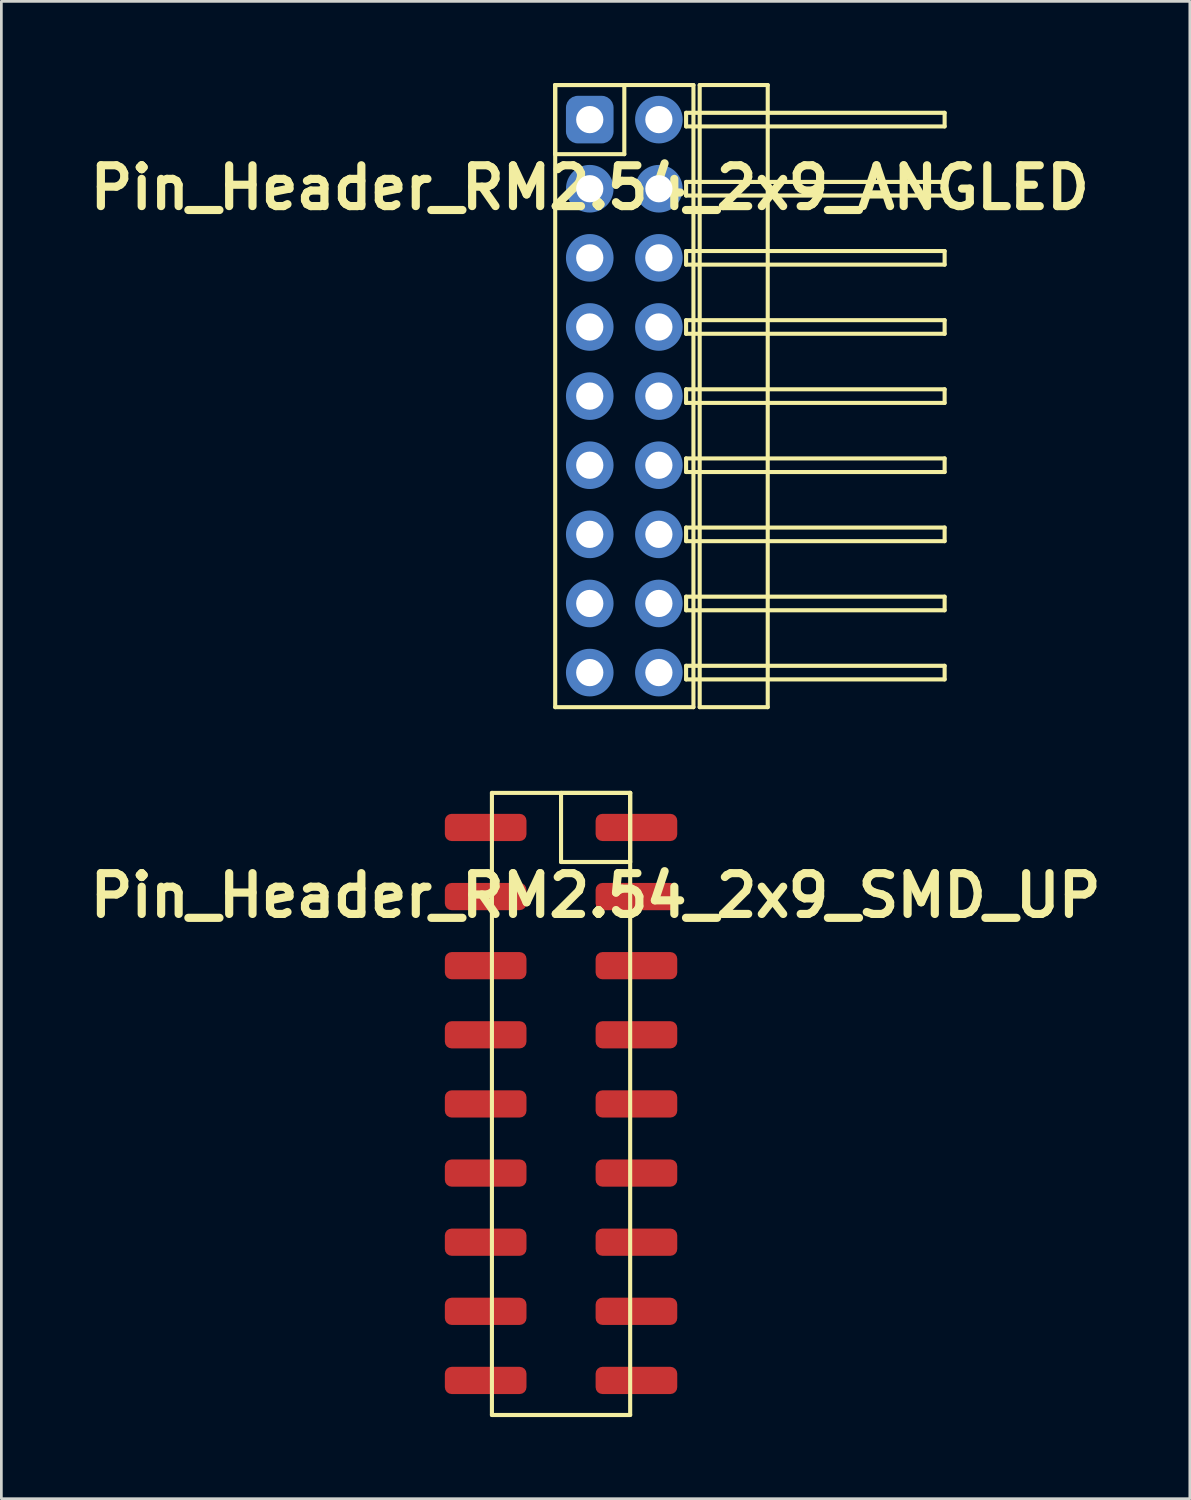
<source format=kicad_pcb>
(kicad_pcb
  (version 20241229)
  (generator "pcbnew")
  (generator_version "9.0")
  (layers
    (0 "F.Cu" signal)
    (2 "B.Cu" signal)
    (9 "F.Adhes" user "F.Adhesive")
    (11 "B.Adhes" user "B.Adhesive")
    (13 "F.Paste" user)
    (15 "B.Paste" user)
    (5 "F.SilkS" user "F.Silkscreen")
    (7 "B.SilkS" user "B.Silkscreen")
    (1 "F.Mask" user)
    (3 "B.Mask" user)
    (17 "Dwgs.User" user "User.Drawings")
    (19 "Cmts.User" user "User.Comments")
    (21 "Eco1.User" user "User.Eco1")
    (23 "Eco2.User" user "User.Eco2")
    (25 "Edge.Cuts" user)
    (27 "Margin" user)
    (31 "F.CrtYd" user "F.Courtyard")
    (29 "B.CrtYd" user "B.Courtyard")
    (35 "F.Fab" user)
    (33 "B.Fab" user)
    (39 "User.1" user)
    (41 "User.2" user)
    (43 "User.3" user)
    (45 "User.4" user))
  (footprint "Pin_Header_RM2.54_2x9_SMD_UP"
    (layer "F.Cu")
    (at 18.836 27.355)
    (property "Reference" "Pin_Header_RM2.54_2x9_SMD_UP" (at 0 2.5 0) (layer "F.SilkS") (effects (font (size 1.5 1.5) (thickness 0.3))))
    (attr through_hole)
    (fp_line (start -3.81 -1.27) (end 1.27 -1.27) (stroke (width 0.15) (type solid)) (layer "F.SilkS"))
    (fp_line (start -3.81 21.59) (end -3.81 -1.27) (stroke (width 0.15) (type solid)) (layer "F.SilkS"))
    (fp_line (start -1.27 -1.27) (end 1.27 -1.27) (stroke (width 0.15) (type solid)) (layer "F.SilkS"))
    (fp_line (start -1.27 1.27) (end -1.27 -1.27) (stroke (width 0.15) (type solid)) (layer "F.SilkS"))
    (fp_line (start 1.27 -1.27) (end 1.27 1.27) (stroke (width 0.15) (type solid)) (layer "F.SilkS"))
    (fp_line (start 1.27 -1.27) (end 1.27 21.59) (stroke (width 0.15) (type solid)) (layer "F.SilkS"))
    (fp_line (start 1.27 1.27) (end -1.27 1.27) (stroke (width 0.15) (type solid)) (layer "F.SilkS"))
    (fp_line (start 1.27 21.59) (end -3.81 21.59) (stroke (width 0.15) (type solid)) (layer "F.SilkS"))
    (pad "1" smd roundrect (at 1.5 0) (size 3 1) (layers "F.Cu" "F.Mask") (roundrect_rratio 0.25))
    (pad "2" smd roundrect (at -4.04 0) (size 3 1) (layers "F.Cu" "F.Mask") (roundrect_rratio 0.25))
    (pad "3" smd roundrect (at 1.5 2.54) (size 3 1) (layers "F.Cu" "F.Mask") (roundrect_rratio 0.25))
    (pad "4" smd roundrect (at -4.04 2.54) (size 3 1) (layers "F.Cu" "F.Mask") (roundrect_rratio 0.25))
    (pad "5" smd roundrect (at 1.5 5.08) (size 3 1) (layers "F.Cu" "F.Mask") (roundrect_rratio 0.25))
    (pad "6" smd roundrect (at -4.04 5.08) (size 3 1) (layers "F.Cu" "F.Mask") (roundrect_rratio 0.25))
    (pad "7" smd roundrect (at 1.5 7.62) (size 3 1) (layers "F.Cu" "F.Mask") (roundrect_rratio 0.25))
    (pad "8" smd roundrect (at -4.04 7.62) (size 3 1) (layers "F.Cu" "F.Mask") (roundrect_rratio 0.25))
    (pad "9" smd roundrect (at 1.5 10.16) (size 3 1) (layers "F.Cu" "F.Mask") (roundrect_rratio 0.25))
    (pad "10" smd roundrect (at -4.04 10.16) (size 3 1) (layers "F.Cu" "F.Mask") (roundrect_rratio 0.25))
    (pad "11" smd roundrect (at 1.5 12.7) (size 3 1) (layers "F.Cu" "F.Mask") (roundrect_rratio 0.25))
    (pad "12" smd roundrect (at -4.04 12.7) (size 3 1) (layers "F.Cu" "F.Mask") (roundrect_rratio 0.25))
    (pad "13" smd roundrect (at 1.5 15.24) (size 3 1) (layers "F.Cu" "F.Mask") (roundrect_rratio 0.25))
    (pad "14" smd roundrect (at -4.04 15.24) (size 3 1) (layers "F.Cu" "F.Mask") (roundrect_rratio 0.25))
    (pad "15" smd roundrect (at 1.5 17.78) (size 3 1) (layers "F.Cu" "F.Mask") (roundrect_rratio 0.25))
    (pad "16" smd roundrect (at -4.04 17.78) (size 3 1) (layers "F.Cu" "F.Mask") (roundrect_rratio 0.25))
    (pad "17" smd roundrect (at 1.5 20.32) (size 3 1) (layers "F.Cu" "F.Mask") (roundrect_rratio 0.25))
    (pad "18" smd roundrect (at -4.04 20.32) (size 3 1) (layers "F.Cu" "F.Mask") (roundrect_rratio 0.25)))
  (footprint "Pin_Header_RM2.54_2x9_ANGLED"
    (layer "F.Cu")
    (at 18.621 1.345)
    (property "Reference" "Pin_Header_RM2.54_2x9_ANGLED" (at 0 2.5 0) (layer "F.SilkS") (effects (font (size 1.5 1.5) (thickness 0.3))))
    (attr through_hole)
    (fp_line (start -1.27 -1.27) (end 1.27 -1.27) (stroke (width 0.15) (type solid)) (layer "F.SilkS"))
    (fp_line (start -1.27 -1.27) (end 3.81 -1.27) (stroke (width 0.15) (type solid)) (layer "F.SilkS"))
    (fp_line (start -1.27 1.27) (end -1.27 -1.27) (stroke (width 0.15) (type solid)) (layer "F.SilkS"))
    (fp_line (start -1.27 21.59) (end -1.27 -1.27) (stroke (width 0.15) (type solid)) (layer "F.SilkS"))
    (fp_line (start 1.27 -1.27) (end 1.27 1.27) (stroke (width 0.15) (type solid)) (layer "F.SilkS"))
    (fp_line (start 1.27 1.27) (end -1.27 1.27) (stroke (width 0.15) (type solid)) (layer "F.SilkS"))
    (fp_line (start 3.54 -0.25) (end 13.04 -0.25) (stroke (width 0.15) (type solid)) (layer "F.SilkS"))
    (fp_line (start 3.54 0.25) (end 3.54 -0.25) (stroke (width 0.15) (type solid)) (layer "F.SilkS"))
    (fp_line (start 3.54 2.29) (end 13.04 2.29) (stroke (width 0.15) (type solid)) (layer "F.SilkS"))
    (fp_line (start 3.54 2.79) (end 3.54 2.29) (stroke (width 0.15) (type solid)) (layer "F.SilkS"))
    (fp_line (start 3.54 4.83) (end 13.04 4.83) (stroke (width 0.15) (type solid)) (layer "F.SilkS"))
    (fp_line (start 3.54 5.33) (end 3.54 4.83) (stroke (width 0.15) (type solid)) (layer "F.SilkS"))
    (fp_line (start 3.54 7.37) (end 13.04 7.37) (stroke (width 0.15) (type solid)) (layer "F.SilkS"))
    (fp_line (start 3.54 7.87) (end 3.54 7.37) (stroke (width 0.15) (type solid)) (layer "F.SilkS"))
    (fp_line (start 3.54 9.91) (end 13.04 9.91) (stroke (width 0.15) (type solid)) (layer "F.SilkS"))
    (fp_line (start 3.54 10.41) (end 3.54 9.91) (stroke (width 0.15) (type solid)) (layer "F.SilkS"))
    (fp_line (start 3.54 12.45) (end 13.04 12.45) (stroke (width 0.15) (type solid)) (layer "F.SilkS"))
    (fp_line (start 3.54 12.95) (end 3.54 12.45) (stroke (width 0.15) (type solid)) (layer "F.SilkS"))
    (fp_line (start 3.54 14.99) (end 13.04 14.99) (stroke (width 0.15) (type solid)) (layer "F.SilkS"))
    (fp_line (start 3.54 15.49) (end 3.54 14.99) (stroke (width 0.15) (type solid)) (layer "F.SilkS"))
    (fp_line (start 3.54 17.53) (end 13.04 17.53) (stroke (width 0.15) (type solid)) (layer "F.SilkS"))
    (fp_line (start 3.54 18.03) (end 3.54 17.53) (stroke (width 0.15) (type solid)) (layer "F.SilkS"))
    (fp_line (start 3.54 20.07) (end 13.04 20.07) (stroke (width 0.15) (type solid)) (layer "F.SilkS"))
    (fp_line (start 3.54 20.57) (end 3.54 20.07) (stroke (width 0.15) (type solid)) (layer "F.SilkS"))
    (fp_line (start 3.81 -1.27) (end 3.81 21.59) (stroke (width 0.15) (type solid)) (layer "F.SilkS"))
    (fp_line (start 3.81 21.59) (end -1.27 21.59) (stroke (width 0.15) (type solid)) (layer "F.SilkS"))
    (fp_line (start 4.04 -1.27) (end 6.54 -1.27) (stroke (width 0.15) (type solid)) (layer "F.SilkS"))
    (fp_line (start 4.04 21.59) (end 4.04 -1.27) (stroke (width 0.15) (type solid)) (layer "F.SilkS"))
    (fp_line (start 6.54 -1.27) (end 6.54 21.59) (stroke (width 0.15) (type solid)) (layer "F.SilkS"))
    (fp_line (start 6.54 21.59) (end 4.04 21.59) (stroke (width 0.15) (type solid)) (layer "F.SilkS"))
    (fp_line (start 13.04 -0.25) (end 13.04 0.25) (stroke (width 0.15) (type solid)) (layer "F.SilkS"))
    (fp_line (start 13.04 0.25) (end 3.54 0.25) (stroke (width 0.15) (type solid)) (layer "F.SilkS"))
    (fp_line (start 13.04 2.29) (end 13.04 2.79) (stroke (width 0.15) (type solid)) (layer "F.SilkS"))
    (fp_line (start 13.04 2.79) (end 3.54 2.79) (stroke (width 0.15) (type solid)) (layer "F.SilkS"))
    (fp_line (start 13.04 4.83) (end 13.04 5.33) (stroke (width 0.15) (type solid)) (layer "F.SilkS"))
    (fp_line (start 13.04 5.33) (end 3.54 5.33) (stroke (width 0.15) (type solid)) (layer "F.SilkS"))
    (fp_line (start 13.04 7.37) (end 13.04 7.87) (stroke (width 0.15) (type solid)) (layer "F.SilkS"))
    (fp_line (start 13.04 7.87) (end 3.54 7.87) (stroke (width 0.15) (type solid)) (layer "F.SilkS"))
    (fp_line (start 13.04 9.91) (end 13.04 10.41) (stroke (width 0.15) (type solid)) (layer "F.SilkS"))
    (fp_line (start 13.04 10.41) (end 3.54 10.41) (stroke (width 0.15) (type solid)) (layer "F.SilkS"))
    (fp_line (start 13.04 12.45) (end 13.04 12.95) (stroke (width 0.15) (type solid)) (layer "F.SilkS"))
    (fp_line (start 13.04 12.95) (end 3.54 12.95) (stroke (width 0.15) (type solid)) (layer "F.SilkS"))
    (fp_line (start 13.04 14.99) (end 13.04 15.49) (stroke (width 0.15) (type solid)) (layer "F.SilkS"))
    (fp_line (start 13.04 15.49) (end 3.54 15.49) (stroke (width 0.15) (type solid)) (layer "F.SilkS"))
    (fp_line (start 13.04 17.53) (end 13.04 18.03) (stroke (width 0.15) (type solid)) (layer "F.SilkS"))
    (fp_line (start 13.04 18.03) (end 3.54 18.03) (stroke (width 0.15) (type solid)) (layer "F.SilkS"))
    (fp_line (start 13.04 20.07) (end 13.04 20.57) (stroke (width 0.15) (type solid)) (layer "F.SilkS"))
    (fp_line (start 13.04 20.57) (end 3.54 20.57) (stroke (width 0.15) (type solid)) (layer "F.SilkS"))
    (pad "1" thru_hole circle (at 0 0) (size 1.3 1.3) (drill 1) (layers "*.Cu" "*.Mask"))
    (pad "1" smd roundrect (at 0 0) (size 1.5 1.5) (layers "F.Cu" "F.Mask") (roundrect_rratio 0.25))
    (pad "1" smd roundrect (at 0 0) (size 1.75 1.75) (layers "B.Cu" "B.Mask") (roundrect_rratio 0.25))
    (pad "2" thru_hole circle (at 2.54 0) (size 1.3 1.3) (drill 1) (layers "*.Cu" "*.Mask"))
    (pad "2" smd circle (at 2.54 0) (size 1.5 1.5) (layers "F.Cu" "F.Mask"))
    (pad "2" smd circle (at 2.54 0) (size 1.75 1.75) (layers "B.Cu" "B.Mask"))
    (pad "3" thru_hole circle (at 0 2.54) (size 1.3 1.3) (drill 1) (layers "*.Cu" "*.Mask"))
    (pad "3" smd circle (at 0 2.54) (size 1.5 1.5) (layers "F.Cu" "F.Mask"))
    (pad "3" smd circle (at 0 2.54) (size 1.75 1.75) (layers "B.Cu" "B.Mask"))
    (pad "4" thru_hole circle (at 2.54 2.54) (size 1.3 1.3) (drill 1) (layers "*.Cu" "*.Mask"))
    (pad "4" smd circle (at 2.54 2.54) (size 1.5 1.5) (layers "F.Cu" "F.Mask"))
    (pad "4" smd circle (at 2.54 2.54) (size 1.75 1.75) (layers "B.Cu" "B.Mask"))
    (pad "5" thru_hole circle (at 0 5.08) (size 1.3 1.3) (drill 1) (layers "*.Cu" "*.Mask"))
    (pad "5" smd circle (at 0 5.08) (size 1.5 1.5) (layers "F.Cu" "F.Mask"))
    (pad "5" smd circle (at 0 5.08) (size 1.75 1.75) (layers "B.Cu" "B.Mask"))
    (pad "6" thru_hole circle (at 2.54 5.08) (size 1.3 1.3) (drill 1) (layers "*.Cu" "*.Mask"))
    (pad "6" smd circle (at 2.54 5.08) (size 1.5 1.5) (layers "F.Cu" "F.Mask"))
    (pad "6" smd circle (at 2.54 5.08) (size 1.75 1.75) (layers "B.Cu" "B.Mask"))
    (pad "7" thru_hole circle (at 0 7.62) (size 1.3 1.3) (drill 1) (layers "*.Cu" "*.Mask"))
    (pad "7" smd circle (at 0 7.62) (size 1.5 1.5) (layers "F.Cu" "F.Mask"))
    (pad "7" smd circle (at 0 7.62) (size 1.75 1.75) (layers "B.Cu" "B.Mask"))
    (pad "8" thru_hole circle (at 2.54 7.62) (size 1.3 1.3) (drill 1) (layers "*.Cu" "*.Mask"))
    (pad "8" smd circle (at 2.54 7.62) (size 1.5 1.5) (layers "F.Cu" "F.Mask"))
    (pad "8" smd circle (at 2.54 7.62) (size 1.75 1.75) (layers "B.Cu" "B.Mask"))
    (pad "9" thru_hole circle (at 0 10.16) (size 1.3 1.3) (drill 1) (layers "*.Cu" "*.Mask"))
    (pad "9" smd circle (at 0 10.16) (size 1.5 1.5) (layers "F.Cu" "F.Mask"))
    (pad "9" smd circle (at 0 10.16) (size 1.75 1.75) (layers "B.Cu" "B.Mask"))
    (pad "10" thru_hole circle (at 2.54 10.16) (size 1.3 1.3) (drill 1) (layers "*.Cu" "*.Mask"))
    (pad "10" smd circle (at 2.54 10.16) (size 1.5 1.5) (layers "F.Cu" "F.Mask"))
    (pad "10" smd circle (at 2.54 10.16) (size 1.75 1.75) (layers "B.Cu" "B.Mask"))
    (pad "11" thru_hole circle (at 0 12.7) (size 1.3 1.3) (drill 1) (layers "*.Cu" "*.Mask"))
    (pad "11" smd circle (at 0 12.7) (size 1.5 1.5) (layers "F.Cu" "F.Mask"))
    (pad "11" smd circle (at 0 12.7) (size 1.75 1.75) (layers "B.Cu" "B.Mask"))
    (pad "12" thru_hole circle (at 2.54 12.7) (size 1.3 1.3) (drill 1) (layers "*.Cu" "*.Mask"))
    (pad "12" smd circle (at 2.54 12.7) (size 1.5 1.5) (layers "F.Cu" "F.Mask"))
    (pad "12" smd circle (at 2.54 12.7) (size 1.75 1.75) (layers "B.Cu" "B.Mask"))
    (pad "13" thru_hole circle (at 0 15.24) (size 1.3 1.3) (drill 1) (layers "*.Cu" "*.Mask"))
    (pad "13" smd circle (at 0 15.24) (size 1.5 1.5) (layers "F.Cu" "F.Mask"))
    (pad "13" smd circle (at 0 15.24) (size 1.75 1.75) (layers "B.Cu" "B.Mask"))
    (pad "14" thru_hole circle (at 2.54 15.24) (size 1.3 1.3) (drill 1) (layers "*.Cu" "*.Mask"))
    (pad "14" smd circle (at 2.54 15.24) (size 1.5 1.5) (layers "F.Cu" "F.Mask"))
    (pad "14" smd circle (at 2.54 15.24) (size 1.75 1.75) (layers "B.Cu" "B.Mask"))
    (pad "15" thru_hole circle (at 0 17.78) (size 1.3 1.3) (drill 1) (layers "*.Cu" "*.Mask"))
    (pad "15" smd circle (at 0 17.78) (size 1.5 1.5) (layers "F.Cu" "F.Mask"))
    (pad "15" smd circle (at 0 17.78) (size 1.75 1.75) (layers "B.Cu" "B.Mask"))
    (pad "16" thru_hole circle (at 2.54 17.78) (size 1.3 1.3) (drill 1) (layers "*.Cu" "*.Mask"))
    (pad "16" smd circle (at 2.54 17.78) (size 1.5 1.5) (layers "F.Cu" "F.Mask"))
    (pad "16" smd circle (at 2.54 17.78) (size 1.75 1.75) (layers "B.Cu" "B.Mask"))
    (pad "17" thru_hole circle (at 0 20.32) (size 1.3 1.3) (drill 1) (layers "*.Cu" "*.Mask"))
    (pad "17" smd circle (at 0 20.32) (size 1.5 1.5) (layers "F.Cu" "F.Mask"))
    (pad "17" smd circle (at 0 20.32) (size 1.75 1.75) (layers "B.Cu" "B.Mask"))
    (pad "18" thru_hole circle (at 2.54 20.32) (size 1.3 1.3) (drill 1) (layers "*.Cu" "*.Mask"))
    (pad "18" smd circle (at 2.54 20.32) (size 1.5 1.5) (layers "F.Cu" "F.Mask"))
    (pad "18" smd circle (at 2.54 20.32) (size 1.75 1.75) (layers "B.Cu" "B.Mask")))
  (gr_rect
    (start -3 -3)
    (end 40.671 52.02)
    (stroke (width 0.1) (type default))
    (fill no)
    (layer "Edge.Cuts")))
</source>
